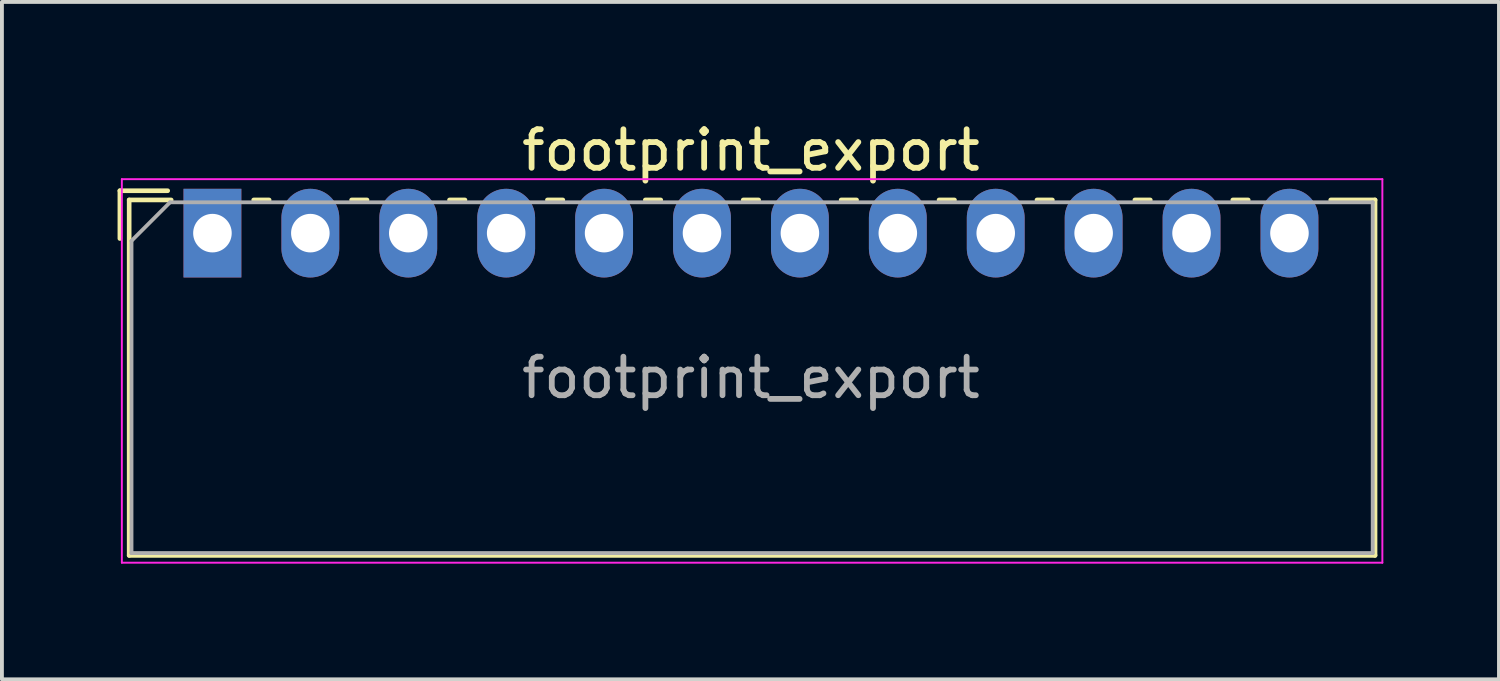
<source format=kicad_pcb>
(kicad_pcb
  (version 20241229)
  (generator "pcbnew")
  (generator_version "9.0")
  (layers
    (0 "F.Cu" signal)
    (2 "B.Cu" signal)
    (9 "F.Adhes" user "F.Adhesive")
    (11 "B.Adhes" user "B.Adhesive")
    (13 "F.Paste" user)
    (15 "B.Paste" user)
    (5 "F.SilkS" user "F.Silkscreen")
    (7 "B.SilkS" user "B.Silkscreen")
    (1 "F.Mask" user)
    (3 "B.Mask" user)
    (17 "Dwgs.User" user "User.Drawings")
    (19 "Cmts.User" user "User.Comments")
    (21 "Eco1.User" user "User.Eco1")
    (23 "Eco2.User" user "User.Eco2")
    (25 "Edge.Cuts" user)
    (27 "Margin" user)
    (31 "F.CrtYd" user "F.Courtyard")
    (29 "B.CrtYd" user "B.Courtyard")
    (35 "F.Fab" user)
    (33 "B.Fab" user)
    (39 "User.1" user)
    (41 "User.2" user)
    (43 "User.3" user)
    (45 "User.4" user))
  (footprint "footprint_export"
    (layer "F.Cu")
    (at 2.461 2.998)
    (property "Reference" "footprint_export" (at 13.97 -2.15 0) (layer "F.SilkS") (effects (font (size 1 1) (thickness 0.15))))
    (attr through_hole)
    (fp_line (start -2.401 -1.1) (end -1.161 -1.1) (stroke (width 0.12) (type solid)) (layer "F.SilkS"))
    (fp_line (start -2.401 0.14) (end -2.401 -1.1) (stroke (width 0.12) (type solid)) (layer "F.SilkS"))
    (fp_line (start -2.16 -0.861) (end -2.16 8.36) (stroke (width 0.12) (type solid)) (layer "F.SilkS"))
    (fp_line (start -2.16 -0.861) (end -1.07 -0.861) (stroke (width 0.12) (type solid)) (layer "F.SilkS"))
    (fp_line (start -2.16 8.36) (end 30.16 8.36) (stroke (width 0.12) (type solid)) (layer "F.SilkS"))
    (fp_line (start 1.07 -0.861) (end 1.471 -0.861) (stroke (width 0.12) (type solid)) (layer "F.SilkS"))
    (fp_line (start 3.61 -0.861) (end 4.01 -0.861) (stroke (width 0.12) (type solid)) (layer "F.SilkS"))
    (fp_line (start 6.15 -0.861) (end 6.551 -0.861) (stroke (width 0.12) (type solid)) (layer "F.SilkS"))
    (fp_line (start 8.69 -0.861) (end 9.09 -0.861) (stroke (width 0.12) (type solid)) (layer "F.SilkS"))
    (fp_line (start 11.23 -0.861) (end 11.63 -0.861) (stroke (width 0.12) (type solid)) (layer "F.SilkS"))
    (fp_line (start 13.77 -0.861) (end 14.17 -0.861) (stroke (width 0.12) (type solid)) (layer "F.SilkS"))
    (fp_line (start 16.31 -0.861) (end 16.71 -0.861) (stroke (width 0.12) (type solid)) (layer "F.SilkS"))
    (fp_line (start 18.85 -0.861) (end 19.25 -0.861) (stroke (width 0.12) (type solid)) (layer "F.SilkS"))
    (fp_line (start 21.39 -0.861) (end 21.79 -0.861) (stroke (width 0.12) (type solid)) (layer "F.SilkS"))
    (fp_line (start 23.93 -0.861) (end 24.33 -0.861) (stroke (width 0.12) (type solid)) (layer "F.SilkS"))
    (fp_line (start 26.47 -0.861) (end 26.87 -0.861) (stroke (width 0.12) (type solid)) (layer "F.SilkS"))
    (fp_line (start 29.01 -0.861) (end 30.16 -0.861) (stroke (width 0.12) (type solid)) (layer "F.SilkS"))
    (fp_line (start 30.16 -0.861) (end 30.16 8.36) (stroke (width 0.12) (type solid)) (layer "F.SilkS"))
    (fp_line (start -2.35 -1.4) (end -2.35 8.55) (stroke (width 0.05) (type solid)) (layer "F.CrtYd"))
    (fp_line (start -2.35 8.55) (end 30.35 8.55) (stroke (width 0.05) (type solid)) (layer "F.CrtYd"))
    (fp_line (start 30.35 -1.4) (end -2.35 -1.4) (stroke (width 0.05) (type solid)) (layer "F.CrtYd"))
    (fp_line (start 30.35 8.55) (end 30.35 -1.4) (stroke (width 0.05) (type solid)) (layer "F.CrtYd"))
    (fp_line (start -2.1 0.2) (end -1.1 -0.8) (stroke (width 0.1) (type solid)) (layer "F.Fab"))
    (fp_line (start -2.1 8.3) (end -2.1 0.2) (stroke (width 0.1) (type solid)) (layer "F.Fab"))
    (fp_line (start -1.1 -0.8) (end 30.1 -0.8) (stroke (width 0.1) (type solid)) (layer "F.Fab"))
    (fp_line (start 30.1 -0.8) (end 30.1 8.3) (stroke (width 0.1) (type solid)) (layer "F.Fab"))
    (fp_line (start 30.1 8.3) (end -2.1 8.3) (stroke (width 0.1) (type solid)) (layer "F.Fab"))
    (fp_text user "${REFERENCE}" (at 13.97 3.75 0) (layer "F.Fab") (effects (font (size 1 1) (thickness 0.15))))
    (pad "1" thru_hole rect (at 0 0) (size 1.5 2.3) (drill 1) (layers "*.Cu" "*.Mask"))
    (pad "2" thru_hole oval (at 2.54 0) (size 1.5 2.3) (drill 1) (layers "*.Cu" "*.Mask"))
    (pad "3" thru_hole oval (at 5.08 0) (size 1.5 2.3) (drill 1) (layers "*.Cu" "*.Mask"))
    (pad "4" thru_hole oval (at 7.62 0) (size 1.5 2.3) (drill 1) (layers "*.Cu" "*.Mask"))
    (pad "5" thru_hole oval (at 10.16 0) (size 1.5 2.3) (drill 1) (layers "*.Cu" "*.Mask"))
    (pad "6" thru_hole oval (at 12.7 0) (size 1.5 2.3) (drill 1) (layers "*.Cu" "*.Mask"))
    (pad "7" thru_hole oval (at 15.24 0) (size 1.5 2.3) (drill 1) (layers "*.Cu" "*.Mask"))
    (pad "8" thru_hole oval (at 17.78 0) (size 1.5 2.3) (drill 1) (layers "*.Cu" "*.Mask"))
    (pad "9" thru_hole oval (at 20.32 0) (size 1.5 2.3) (drill 1) (layers "*.Cu" "*.Mask"))
    (pad "10" thru_hole oval (at 22.86 0) (size 1.5 2.3) (drill 1) (layers "*.Cu" "*.Mask"))
    (pad "11" thru_hole oval (at 25.4 0) (size 1.5 2.3) (drill 1) (layers "*.Cu" "*.Mask"))
    (pad "12" thru_hole oval (at 27.94 0) (size 1.5 2.3) (drill 1) (layers "*.Cu" "*.Mask")))
  (gr_rect
    (start -3 -3)
    (end 35.836 14.573)
    (stroke (width 0.1) (type default))
    (fill no)
    (layer "Edge.Cuts")))
</source>
